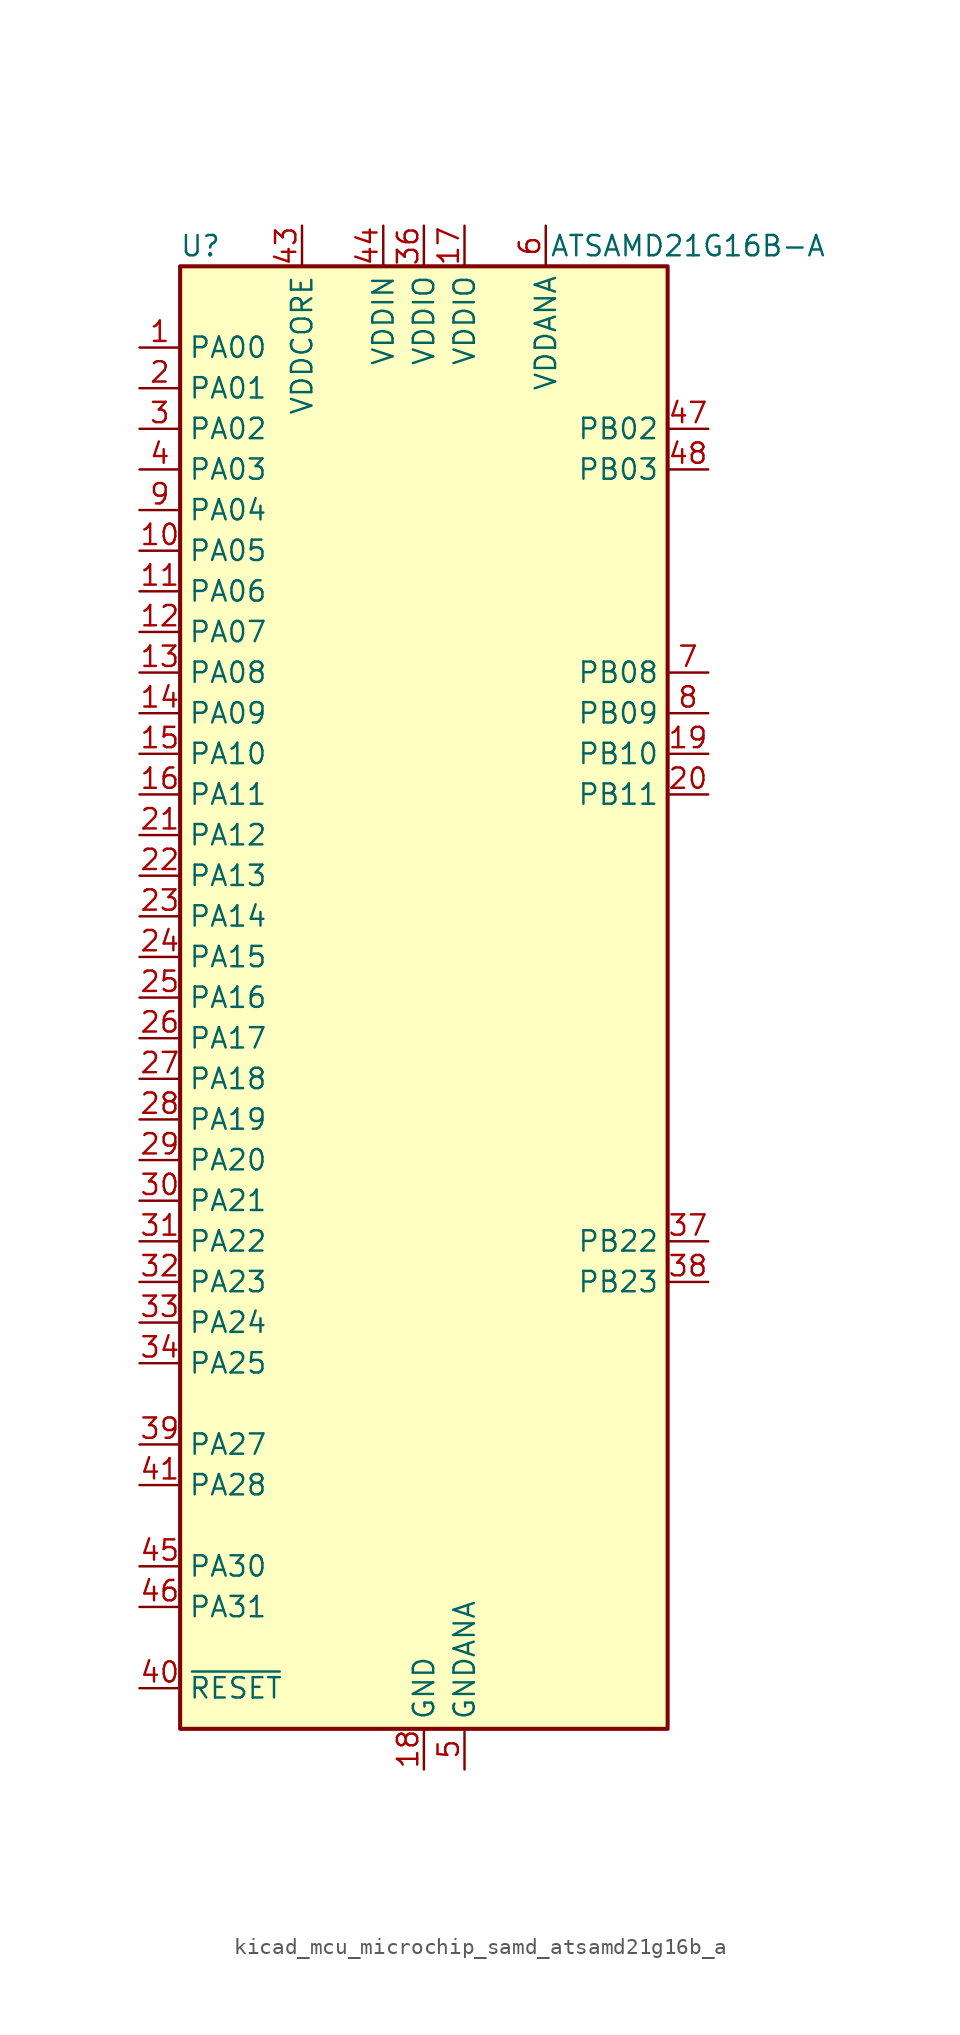
<source format=kicad_sym>
(kicad_symbol_lib
  (version 20220914)
  (generator kicad_symbol_editor)
  (symbol "kicad_mcu_microchip_samd_atsamd21g16b_a"
    (property "Reference" "U"
      (at -13.97 46.99 0)
      (effects (font (size 1.27 1.27))))
    (property "Value" "ATSAMD21G16B-A"
      (at 16.51 46.99 0)
      (effects (font (size 1.27 1.27))))
    (symbol "kicad_mcu_microchip_samd_atsamd21g16b_a_0_1"
      (rectangle (start -15.24 45.72) (end 15.24 -45.72) (stroke (width 0.254) (type default)) (fill (type background))))
    (symbol "kicad_mcu_microchip_samd_atsamd21g16b_a_1_1"
      (pin bidirectional line (at -17.78 40.64 0) (length 2.54) (name "PA00" (effects (font (size 1.27 1.27)))) (number "1" (effects (font (size 1.27 1.27)))))
      (pin bidirectional line (at -17.78 27.94 0) (length 2.54) (name "PA05" (effects (font (size 1.27 1.27)))) (number "10" (effects (font (size 1.27 1.27)))))
      (pin bidirectional line (at -17.78 25.4 0) (length 2.54) (name "PA06" (effects (font (size 1.27 1.27)))) (number "11" (effects (font (size 1.27 1.27)))))
      (pin bidirectional line (at -17.78 22.86 0) (length 2.54) (name "PA07" (effects (font (size 1.27 1.27)))) (number "12" (effects (font (size 1.27 1.27)))))
      (pin bidirectional line (at -17.78 20.32 0) (length 2.54) (name "PA08" (effects (font (size 1.27 1.27)))) (number "13" (effects (font (size 1.27 1.27)))))
      (pin bidirectional line (at -17.78 17.78 0) (length 2.54) (name "PA09" (effects (font (size 1.27 1.27)))) (number "14" (effects (font (size 1.27 1.27)))))
      (pin bidirectional line (at -17.78 15.24 0) (length 2.54) (name "PA10" (effects (font (size 1.27 1.27)))) (number "15" (effects (font (size 1.27 1.27)))))
      (pin bidirectional line (at -17.78 12.7 0) (length 2.54) (name "PA11" (effects (font (size 1.27 1.27)))) (number "16" (effects (font (size 1.27 1.27)))))
      (pin power_in line (at 2.54 48.26 270) (length 2.54) (name "VDDIO" (effects (font (size 1.27 1.27)))) (number "17" (effects (font (size 1.27 1.27)))))
      (pin power_in line (at 0 -48.26 90) (length 2.54) (name "GND" (effects (font (size 1.27 1.27)))) (number "18" (effects (font (size 1.27 1.27)))))
      (pin bidirectional line (at 17.78 15.24 180) (length 2.54) (name "PB10" (effects (font (size 1.27 1.27)))) (number "19" (effects (font (size 1.27 1.27)))))
      (pin bidirectional line (at -17.78 38.1 0) (length 2.54) (name "PA01" (effects (font (size 1.27 1.27)))) (number "2" (effects (font (size 1.27 1.27)))))
      (pin bidirectional line (at 17.78 12.7 180) (length 2.54) (name "PB11" (effects (font (size 1.27 1.27)))) (number "20" (effects (font (size 1.27 1.27)))))
      (pin bidirectional line (at -17.78 10.16 0) (length 2.54) (name "PA12" (effects (font (size 1.27 1.27)))) (number "21" (effects (font (size 1.27 1.27)))))
      (pin bidirectional line (at -17.78 7.62 0) (length 2.54) (name "PA13" (effects (font (size 1.27 1.27)))) (number "22" (effects (font (size 1.27 1.27)))))
      (pin bidirectional line (at -17.78 5.08 0) (length 2.54) (name "PA14" (effects (font (size 1.27 1.27)))) (number "23" (effects (font (size 1.27 1.27)))))
      (pin bidirectional line (at -17.78 2.54 0) (length 2.54) (name "PA15" (effects (font (size 1.27 1.27)))) (number "24" (effects (font (size 1.27 1.27)))))
      (pin bidirectional line (at -17.78 0 0) (length 2.54) (name "PA16" (effects (font (size 1.27 1.27)))) (number "25" (effects (font (size 1.27 1.27)))))
      (pin bidirectional line (at -17.78 -2.54 0) (length 2.54) (name "PA17" (effects (font (size 1.27 1.27)))) (number "26" (effects (font (size 1.27 1.27)))))
      (pin bidirectional line (at -17.78 -5.08 0) (length 2.54) (name "PA18" (effects (font (size 1.27 1.27)))) (number "27" (effects (font (size 1.27 1.27)))))
      (pin bidirectional line (at -17.78 -7.62 0) (length 2.54) (name "PA19" (effects (font (size 1.27 1.27)))) (number "28" (effects (font (size 1.27 1.27)))))
      (pin bidirectional line (at -17.78 -10.16 0) (length 2.54) (name "PA20" (effects (font (size 1.27 1.27)))) (number "29" (effects (font (size 1.27 1.27)))))
      (pin bidirectional line (at -17.78 35.56 0) (length 2.54) (name "PA02" (effects (font (size 1.27 1.27)))) (number "3" (effects (font (size 1.27 1.27)))))
      (pin bidirectional line (at -17.78 -12.7 0) (length 2.54) (name "PA21" (effects (font (size 1.27 1.27)))) (number "30" (effects (font (size 1.27 1.27)))))
      (pin bidirectional line (at -17.78 -15.24 0) (length 2.54) (name "PA22" (effects (font (size 1.27 1.27)))) (number "31" (effects (font (size 1.27 1.27)))))
      (pin bidirectional line (at -17.78 -17.78 0) (length 2.54) (name "PA23" (effects (font (size 1.27 1.27)))) (number "32" (effects (font (size 1.27 1.27)))))
      (pin bidirectional line (at -17.78 -20.32 0) (length 2.54) (name "PA24" (effects (font (size 1.27 1.27)))) (number "33" (effects (font (size 1.27 1.27)))))
      (pin bidirectional line (at -17.78 -22.86 0) (length 2.54) (name "PA25" (effects (font (size 1.27 1.27)))) (number "34" (effects (font (size 1.27 1.27)))))
      (pin passive line (at 0 -48.26 90) (length 2.54) hide (name "GND" (effects (font (size 1.27 1.27)))) (number "35" (effects (font (size 1.27 1.27)))))
      (pin power_in line (at 0 48.26 270) (length 2.54) (name "VDDIO" (effects (font (size 1.27 1.27)))) (number "36" (effects (font (size 1.27 1.27)))))
      (pin bidirectional line (at 17.78 -15.24 180) (length 2.54) (name "PB22" (effects (font (size 1.27 1.27)))) (number "37" (effects (font (size 1.27 1.27)))))
      (pin bidirectional line (at 17.78 -17.78 180) (length 2.54) (name "PB23" (effects (font (size 1.27 1.27)))) (number "38" (effects (font (size 1.27 1.27)))))
      (pin bidirectional line (at -17.78 -27.94 0) (length 2.54) (name "PA27" (effects (font (size 1.27 1.27)))) (number "39" (effects (font (size 1.27 1.27)))))
      (pin bidirectional line (at -17.78 33.02 0) (length 2.54) (name "PA03" (effects (font (size 1.27 1.27)))) (number "4" (effects (font (size 1.27 1.27)))))
      (pin input line (at -17.78 -43.18 0) (length 2.54) (name "~{RESET}" (effects (font (size 1.27 1.27)))) (number "40" (effects (font (size 1.27 1.27)))))
      (pin bidirectional line (at -17.78 -30.48 0) (length 2.54) (name "PA28" (effects (font (size 1.27 1.27)))) (number "41" (effects (font (size 1.27 1.27)))))
      (pin passive line (at 0 -48.26 90) (length 2.54) hide (name "GND" (effects (font (size 1.27 1.27)))) (number "42" (effects (font (size 1.27 1.27)))))
      (pin power_out line (at -7.62 48.26 270) (length 2.54) (name "VDDCORE" (effects (font (size 1.27 1.27)))) (number "43" (effects (font (size 1.27 1.27)))))
      (pin power_in line (at -2.54 48.26 270) (length 2.54) (name "VDDIN" (effects (font (size 1.27 1.27)))) (number "44" (effects (font (size 1.27 1.27)))))
      (pin bidirectional line (at -17.78 -35.56 0) (length 2.54) (name "PA30" (effects (font (size 1.27 1.27)))) (number "45" (effects (font (size 1.27 1.27)))))
      (pin bidirectional line (at -17.78 -38.1 0) (length 2.54) (name "PA31" (effects (font (size 1.27 1.27)))) (number "46" (effects (font (size 1.27 1.27)))))
      (pin bidirectional line (at 17.78 35.56 180) (length 2.54) (name "PB02" (effects (font (size 1.27 1.27)))) (number "47" (effects (font (size 1.27 1.27)))))
      (pin bidirectional line (at 17.78 33.02 180) (length 2.54) (name "PB03" (effects (font (size 1.27 1.27)))) (number "48" (effects (font (size 1.27 1.27)))))
      (pin power_in line (at 2.54 -48.26 90) (length 2.54) (name "GNDANA" (effects (font (size 1.27 1.27)))) (number "5" (effects (font (size 1.27 1.27)))))
      (pin power_in line (at 7.62 48.26 270) (length 2.54) (name "VDDANA" (effects (font (size 1.27 1.27)))) (number "6" (effects (font (size 1.27 1.27)))))
      (pin bidirectional line (at 17.78 20.32 180) (length 2.54) (name "PB08" (effects (font (size 1.27 1.27)))) (number "7" (effects (font (size 1.27 1.27)))))
      (pin bidirectional line (at 17.78 17.78 180) (length 2.54) (name "PB09" (effects (font (size 1.27 1.27)))) (number "8" (effects (font (size 1.27 1.27)))))
      (pin bidirectional line (at -17.78 30.48 0) (length 2.54) (name "PA04" (effects (font (size 1.27 1.27)))) (number "9" (effects (font (size 1.27 1.27))))))))
</source>
